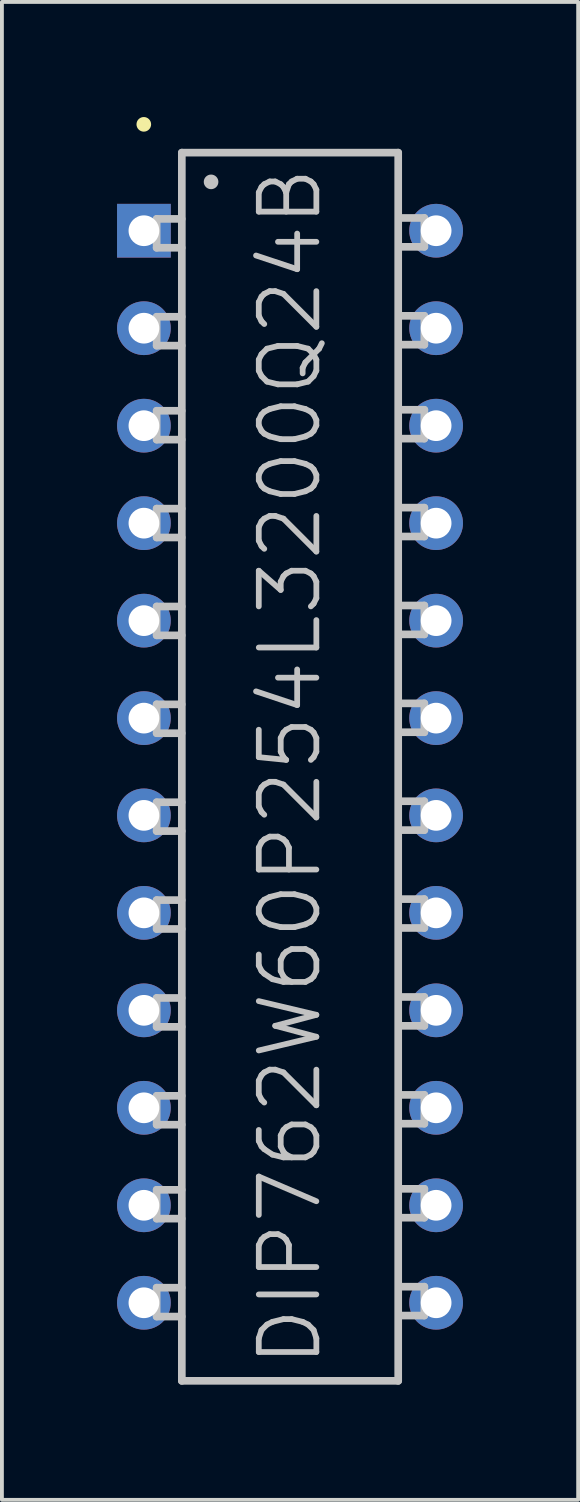
<source format=kicad_pcb>
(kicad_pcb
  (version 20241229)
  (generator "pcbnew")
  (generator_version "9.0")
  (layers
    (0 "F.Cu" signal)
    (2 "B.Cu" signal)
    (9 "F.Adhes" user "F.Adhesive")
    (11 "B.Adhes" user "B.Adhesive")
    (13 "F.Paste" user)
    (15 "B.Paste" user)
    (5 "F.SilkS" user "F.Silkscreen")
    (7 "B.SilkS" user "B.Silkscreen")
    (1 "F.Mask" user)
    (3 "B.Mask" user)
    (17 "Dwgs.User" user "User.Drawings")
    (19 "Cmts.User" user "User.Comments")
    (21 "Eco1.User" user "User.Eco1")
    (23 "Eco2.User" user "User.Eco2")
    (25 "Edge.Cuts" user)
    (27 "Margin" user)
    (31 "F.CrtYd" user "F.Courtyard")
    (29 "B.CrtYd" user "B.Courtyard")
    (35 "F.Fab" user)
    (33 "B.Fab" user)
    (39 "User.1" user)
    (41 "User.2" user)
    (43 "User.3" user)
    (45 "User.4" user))
  (footprint "DIP762W60P254L3200Q24B"
    (layer "F.Cu")
    (at 4.507 16.929)
    (property "Reference" "DIP762W60P254L3200Q24B" (at 0 0 90) (layer "Dwgs.User") (effects (font (size 1.5 1.5) (thickness 0.15))))
    (attr through_hole)
    (fp_line (start -3.81 -16.739) (end -3.81 -16.739) (stroke (width 0.381) (type solid)) (layer "F.SilkS"))
    (fp_line (start -3.475 -14.275) (end -2.824 -14.275) (stroke (width 0.2) (type solid)) (layer "Dwgs.User"))
    (fp_line (start -3.475 -13.523) (end -3.475 -14.275) (stroke (width 0.2) (type solid)) (layer "Dwgs.User"))
    (fp_line (start -3.475 -13.523) (end -2.824 -13.523) (stroke (width 0.2) (type solid)) (layer "Dwgs.User"))
    (fp_line (start -3.475 -11.725) (end -2.824 -11.725) (stroke (width 0.2) (type solid)) (layer "Dwgs.User"))
    (fp_line (start -3.475 -10.973) (end -3.475 -11.725) (stroke (width 0.2) (type solid)) (layer "Dwgs.User"))
    (fp_line (start -3.475 -10.973) (end -2.824 -10.973) (stroke (width 0.2) (type solid)) (layer "Dwgs.User"))
    (fp_line (start -3.475 -9.276) (end -2.824 -9.276) (stroke (width 0.2) (type solid)) (layer "Dwgs.User"))
    (fp_line (start -3.475 -8.524) (end -3.475 -9.276) (stroke (width 0.2) (type solid)) (layer "Dwgs.User"))
    (fp_line (start -3.475 -8.524) (end -2.824 -8.524) (stroke (width 0.2) (type solid)) (layer "Dwgs.User"))
    (fp_line (start -3.475 -6.726) (end -2.824 -6.726) (stroke (width 0.2) (type solid)) (layer "Dwgs.User"))
    (fp_line (start -3.475 -5.974) (end -3.475 -6.726) (stroke (width 0.2) (type solid)) (layer "Dwgs.User"))
    (fp_line (start -3.475 -5.974) (end -2.824 -5.974) (stroke (width 0.2) (type solid)) (layer "Dwgs.User"))
    (fp_line (start -3.475 -4.176) (end -2.824 -4.176) (stroke (width 0.2) (type solid)) (layer "Dwgs.User"))
    (fp_line (start -3.475 -3.424) (end -3.475 -4.176) (stroke (width 0.2) (type solid)) (layer "Dwgs.User"))
    (fp_line (start -3.475 -3.424) (end -2.824 -3.424) (stroke (width 0.2) (type solid)) (layer "Dwgs.User"))
    (fp_line (start -3.475 -1.626) (end -2.824 -1.626) (stroke (width 0.2) (type solid)) (layer "Dwgs.User"))
    (fp_line (start -3.475 -0.874) (end -3.475 -1.626) (stroke (width 0.2) (type solid)) (layer "Dwgs.User"))
    (fp_line (start -3.475 -0.874) (end -2.824 -0.874) (stroke (width 0.2) (type solid)) (layer "Dwgs.User"))
    (fp_line (start -3.475 0.925) (end -2.824 0.925) (stroke (width 0.2) (type solid)) (layer "Dwgs.User"))
    (fp_line (start -3.475 1.676) (end -3.475 0.925) (stroke (width 0.2) (type solid)) (layer "Dwgs.User"))
    (fp_line (start -3.475 1.676) (end -2.824 1.676) (stroke (width 0.2) (type solid)) (layer "Dwgs.User"))
    (fp_line (start -3.475 3.475) (end -2.824 3.475) (stroke (width 0.2) (type solid)) (layer "Dwgs.User"))
    (fp_line (start -3.475 4.227) (end -3.475 3.475) (stroke (width 0.2) (type solid)) (layer "Dwgs.User"))
    (fp_line (start -3.475 4.227) (end -2.824 4.227) (stroke (width 0.2) (type solid)) (layer "Dwgs.User"))
    (fp_line (start -3.475 6.025) (end -2.824 6.025) (stroke (width 0.2) (type solid)) (layer "Dwgs.User"))
    (fp_line (start -3.475 6.777) (end -3.475 6.025) (stroke (width 0.2) (type solid)) (layer "Dwgs.User"))
    (fp_line (start -3.475 6.777) (end -2.824 6.777) (stroke (width 0.2) (type solid)) (layer "Dwgs.User"))
    (fp_line (start -3.475 8.575) (end -2.824 8.575) (stroke (width 0.2) (type solid)) (layer "Dwgs.User"))
    (fp_line (start -3.475 9.327) (end -3.475 8.575) (stroke (width 0.2) (type solid)) (layer "Dwgs.User"))
    (fp_line (start -3.475 9.327) (end -2.824 9.327) (stroke (width 0.2) (type solid)) (layer "Dwgs.User"))
    (fp_line (start -3.475 11.024) (end -2.824 11.024) (stroke (width 0.2) (type solid)) (layer "Dwgs.User"))
    (fp_line (start -3.475 11.775) (end -3.475 11.024) (stroke (width 0.2) (type solid)) (layer "Dwgs.User"))
    (fp_line (start -3.475 11.775) (end -2.824 11.775) (stroke (width 0.2) (type solid)) (layer "Dwgs.User"))
    (fp_line (start -3.475 13.574) (end -2.824 13.574) (stroke (width 0.2) (type solid)) (layer "Dwgs.User"))
    (fp_line (start -3.475 14.326) (end -3.475 13.574) (stroke (width 0.2) (type solid)) (layer "Dwgs.User"))
    (fp_line (start -3.475 14.326) (end -2.824 14.326) (stroke (width 0.2) (type solid)) (layer "Dwgs.User"))
    (fp_line (start -2.819 -16.002) (end -2.819 16.002) (stroke (width 0.2) (type solid)) (layer "Dwgs.User"))
    (fp_line (start -2.819 -16.002) (end 2.819 -16.002) (stroke (width 0.2) (type solid)) (layer "Dwgs.User"))
    (fp_line (start -2.819 16.002) (end 2.819 16.002) (stroke (width 0.2) (type solid)) (layer "Dwgs.User"))
    (fp_line (start -2.057 -15.24) (end -2.057 -15.24) (stroke (width 0.381) (type solid)) (layer "Dwgs.User"))
    (fp_line (start 2.819 -16.002) (end 2.819 16.002) (stroke (width 0.2) (type solid)) (layer "Dwgs.User"))
    (fp_line (start 3.5 -14.3) (end 2.85 -14.3) (stroke (width 0.2) (type solid)) (layer "Dwgs.User"))
    (fp_line (start 3.5 -14.3) (end 3.5 -13.548) (stroke (width 0.2) (type solid)) (layer "Dwgs.User"))
    (fp_line (start 3.5 -13.548) (end 2.85 -13.548) (stroke (width 0.2) (type solid)) (layer "Dwgs.User"))
    (fp_line (start 3.5 -11.75) (end 2.85 -11.75) (stroke (width 0.2) (type solid)) (layer "Dwgs.User"))
    (fp_line (start 3.5 -11.75) (end 3.5 -10.998) (stroke (width 0.2) (type solid)) (layer "Dwgs.User"))
    (fp_line (start 3.5 -10.998) (end 2.85 -10.998) (stroke (width 0.2) (type solid)) (layer "Dwgs.User"))
    (fp_line (start 3.5 -9.301) (end 2.85 -9.301) (stroke (width 0.2) (type solid)) (layer "Dwgs.User"))
    (fp_line (start 3.5 -9.301) (end 3.5 -8.55) (stroke (width 0.2) (type solid)) (layer "Dwgs.User"))
    (fp_line (start 3.5 -8.55) (end 2.85 -8.55) (stroke (width 0.2) (type solid)) (layer "Dwgs.User"))
    (fp_line (start 3.5 -6.751) (end 2.85 -6.751) (stroke (width 0.2) (type solid)) (layer "Dwgs.User"))
    (fp_line (start 3.5 -6.751) (end 3.5 -5.999) (stroke (width 0.2) (type solid)) (layer "Dwgs.User"))
    (fp_line (start 3.5 -5.999) (end 2.85 -5.999) (stroke (width 0.2) (type solid)) (layer "Dwgs.User"))
    (fp_line (start 3.5 -4.201) (end 2.85 -4.201) (stroke (width 0.2) (type solid)) (layer "Dwgs.User"))
    (fp_line (start 3.5 -4.201) (end 3.5 -3.449) (stroke (width 0.2) (type solid)) (layer "Dwgs.User"))
    (fp_line (start 3.5 -3.449) (end 2.85 -3.449) (stroke (width 0.2) (type solid)) (layer "Dwgs.User"))
    (fp_line (start 3.5 -1.651) (end 2.85 -1.651) (stroke (width 0.2) (type solid)) (layer "Dwgs.User"))
    (fp_line (start 3.5 -1.651) (end 3.5 -0.899) (stroke (width 0.2) (type solid)) (layer "Dwgs.User"))
    (fp_line (start 3.5 -0.899) (end 2.85 -0.899) (stroke (width 0.2) (type solid)) (layer "Dwgs.User"))
    (fp_line (start 3.5 0.899) (end 2.85 0.899) (stroke (width 0.2) (type solid)) (layer "Dwgs.User"))
    (fp_line (start 3.5 0.899) (end 3.5 1.651) (stroke (width 0.2) (type solid)) (layer "Dwgs.User"))
    (fp_line (start 3.5 1.651) (end 2.85 1.651) (stroke (width 0.2) (type solid)) (layer "Dwgs.User"))
    (fp_line (start 3.5 3.449) (end 2.85 3.449) (stroke (width 0.2) (type solid)) (layer "Dwgs.User"))
    (fp_line (start 3.5 3.449) (end 3.5 4.201) (stroke (width 0.2) (type solid)) (layer "Dwgs.User"))
    (fp_line (start 3.5 4.201) (end 2.85 4.201) (stroke (width 0.2) (type solid)) (layer "Dwgs.User"))
    (fp_line (start 3.5 5.999) (end 2.85 5.999) (stroke (width 0.2) (type solid)) (layer "Dwgs.User"))
    (fp_line (start 3.5 5.999) (end 3.5 6.751) (stroke (width 0.2) (type solid)) (layer "Dwgs.User"))
    (fp_line (start 3.5 6.751) (end 2.85 6.751) (stroke (width 0.2) (type solid)) (layer "Dwgs.User"))
    (fp_line (start 3.5 8.55) (end 2.85 8.55) (stroke (width 0.2) (type solid)) (layer "Dwgs.User"))
    (fp_line (start 3.5 8.55) (end 3.5 9.301) (stroke (width 0.2) (type solid)) (layer "Dwgs.User"))
    (fp_line (start 3.5 9.301) (end 2.85 9.301) (stroke (width 0.2) (type solid)) (layer "Dwgs.User"))
    (fp_line (start 3.5 10.998) (end 2.85 10.998) (stroke (width 0.2) (type solid)) (layer "Dwgs.User"))
    (fp_line (start 3.5 10.998) (end 3.5 11.75) (stroke (width 0.2) (type solid)) (layer "Dwgs.User"))
    (fp_line (start 3.5 11.75) (end 2.85 11.75) (stroke (width 0.2) (type solid)) (layer "Dwgs.User"))
    (fp_line (start 3.5 13.548) (end 2.85 13.548) (stroke (width 0.2) (type solid)) (layer "Dwgs.User"))
    (fp_line (start 3.5 13.548) (end 3.5 14.3) (stroke (width 0.2) (type solid)) (layer "Dwgs.User"))
    (fp_line (start 3.5 14.3) (end 2.85 14.3) (stroke (width 0.2) (type solid)) (layer "Dwgs.User"))
    (pad "1" thru_hole rect (at -3.807 -13.967 180) (size 1.4 1.4) (drill 0.8) (layers "*.Cu" "*.Mask"))
    (pad "2" thru_hole circle (at -3.807 -11.427 180) (size 1.4 1.4) (drill 0.8) (layers "*.Cu" "*.Mask"))
    (pad "3" thru_hole circle (at -3.807 -8.887 180) (size 1.4 1.4) (drill 0.8) (layers "*.Cu" "*.Mask"))
    (pad "4" thru_hole circle (at -3.807 -6.347 180) (size 1.4 1.4) (drill 0.8) (layers "*.Cu" "*.Mask"))
    (pad "5" thru_hole circle (at -3.807 -3.807 180) (size 1.4 1.4) (drill 0.8) (layers "*.Cu" "*.Mask"))
    (pad "6" thru_hole circle (at -3.807 -1.267 180) (size 1.4 1.4) (drill 0.8) (layers "*.Cu" "*.Mask"))
    (pad "7" thru_hole circle (at -3.807 1.267 180) (size 1.4 1.4) (drill 0.8) (layers "*.Cu" "*.Mask"))
    (pad "8" thru_hole circle (at -3.807 3.807 180) (size 1.4 1.4) (drill 0.8) (layers "*.Cu" "*.Mask"))
    (pad "9" thru_hole circle (at -3.807 6.347 180) (size 1.4 1.4) (drill 0.8) (layers "*.Cu" "*.Mask"))
    (pad "10" thru_hole circle (at -3.807 8.887 180) (size 1.4 1.4) (drill 0.8) (layers "*.Cu" "*.Mask"))
    (pad "11" thru_hole circle (at -3.807 11.427 180) (size 1.4 1.4) (drill 0.8) (layers "*.Cu" "*.Mask"))
    (pad "12" thru_hole circle (at -3.807 13.967 180) (size 1.4 1.4) (drill 0.8) (layers "*.Cu" "*.Mask"))
    (pad "13" thru_hole circle (at 3.807 13.967 180) (size 1.4 1.4) (drill 0.8) (layers "*.Cu" "*.Mask"))
    (pad "14" thru_hole circle (at 3.807 11.427 180) (size 1.4 1.4) (drill 0.8) (layers "*.Cu" "*.Mask"))
    (pad "15" thru_hole circle (at 3.807 8.887 180) (size 1.4 1.4) (drill 0.8) (layers "*.Cu" "*.Mask"))
    (pad "16" thru_hole circle (at 3.807 6.347 180) (size 1.4 1.4) (drill 0.8) (layers "*.Cu" "*.Mask"))
    (pad "17" thru_hole circle (at 3.807 3.807 180) (size 1.4 1.4) (drill 0.8) (layers "*.Cu" "*.Mask"))
    (pad "18" thru_hole circle (at 3.807 1.267 180) (size 1.4 1.4) (drill 0.8) (layers "*.Cu" "*.Mask"))
    (pad "19" thru_hole circle (at 3.807 -1.267 180) (size 1.4 1.4) (drill 0.8) (layers "*.Cu" "*.Mask"))
    (pad "20" thru_hole circle (at 3.807 -3.807 180) (size 1.4 1.4) (drill 0.8) (layers "*.Cu" "*.Mask"))
    (pad "21" thru_hole circle (at 3.807 -6.347 180) (size 1.4 1.4) (drill 0.8) (layers "*.Cu" "*.Mask"))
    (pad "22" thru_hole circle (at 3.807 -8.887 180) (size 1.4 1.4) (drill 0.8) (layers "*.Cu" "*.Mask"))
    (pad "23" thru_hole circle (at 3.807 -11.427 180) (size 1.4 1.4) (drill 0.8) (layers "*.Cu" "*.Mask"))
    (pad "24" thru_hole circle (at 3.807 -13.967 180) (size 1.4 1.4) (drill 0.8) (layers "*.Cu" "*.Mask")))
  (gr_rect
    (start -3 -3)
    (end 12.015 36.031)
    (stroke (width 0.1) (type default))
    (fill no)
    (layer "Edge.Cuts")))
</source>
